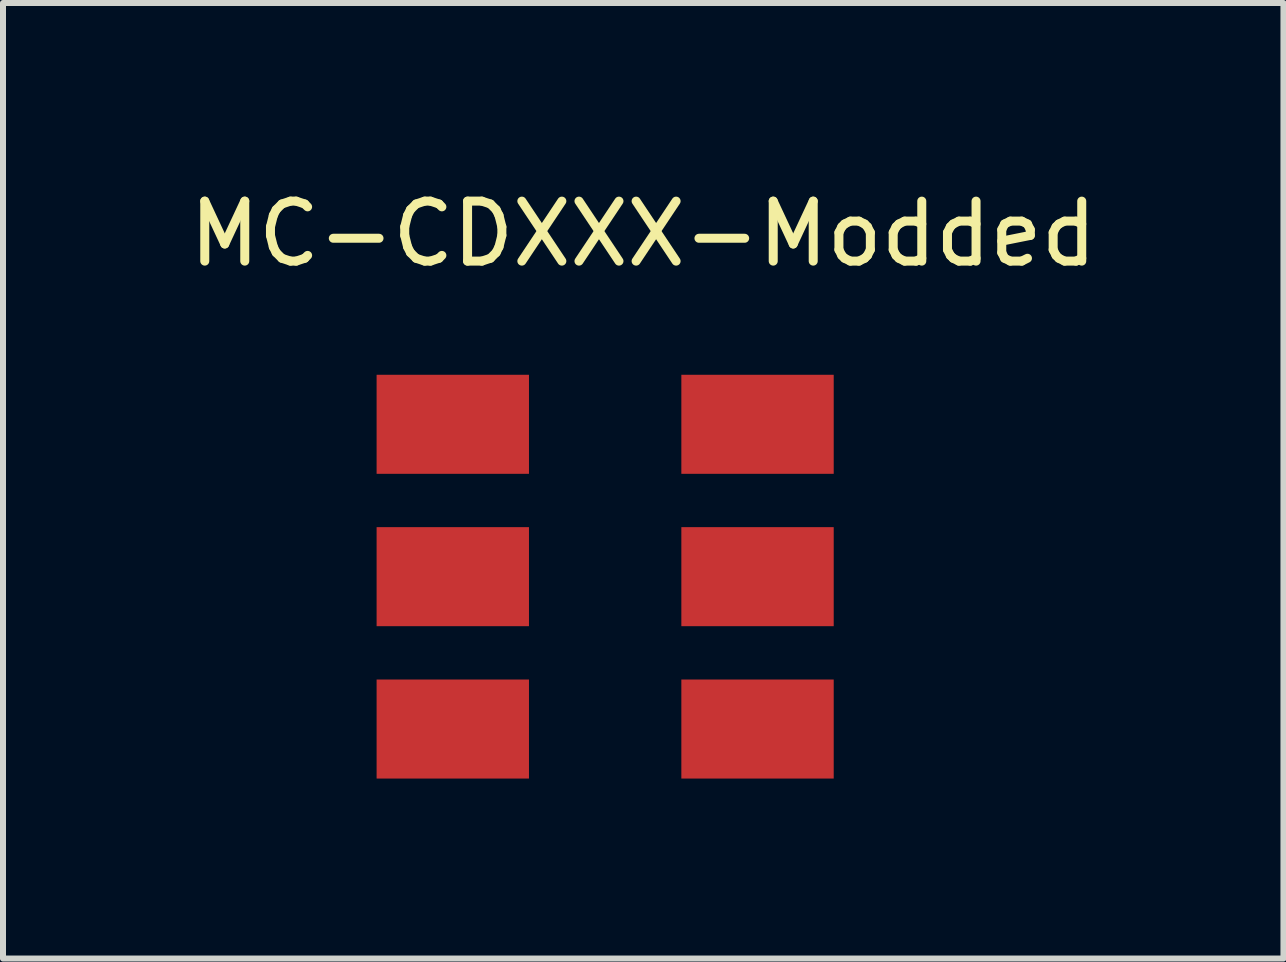
<source format=kicad_pcb>
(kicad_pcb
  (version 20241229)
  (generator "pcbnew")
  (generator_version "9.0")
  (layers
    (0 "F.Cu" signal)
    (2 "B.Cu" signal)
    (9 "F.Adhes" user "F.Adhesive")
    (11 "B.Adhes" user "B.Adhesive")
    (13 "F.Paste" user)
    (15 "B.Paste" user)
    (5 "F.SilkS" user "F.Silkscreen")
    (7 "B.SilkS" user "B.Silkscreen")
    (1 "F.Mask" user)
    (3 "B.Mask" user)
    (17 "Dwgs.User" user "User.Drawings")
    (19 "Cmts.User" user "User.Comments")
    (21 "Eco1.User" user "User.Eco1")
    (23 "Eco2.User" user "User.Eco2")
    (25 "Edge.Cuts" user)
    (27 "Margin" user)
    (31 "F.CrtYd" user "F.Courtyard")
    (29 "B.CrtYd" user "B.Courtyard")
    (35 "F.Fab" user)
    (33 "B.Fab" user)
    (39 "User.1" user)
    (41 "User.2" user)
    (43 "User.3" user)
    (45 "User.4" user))
  (footprint "MC-CDXXX-Modded"
    (layer "F.Cu")
    (at 7.038 6.563)
    (property "Reference" "MC-CDXXX-Modded" (at 0.635 -5.715 180) (layer "F.SilkS") (effects (font (size 1 1) (thickness 0.15))))
    (attr smd)
    (pad "1" smd rect (at -2.54 -2.54) (size 2.54 1.651) (layers "F.Cu" "F.Mask" "F.Paste"))
    (pad "2" smd rect (at -2.54 0) (size 2.54 1.651) (layers "F.Cu" "F.Mask" "F.Paste"))
    (pad "3" smd rect (at -2.54 2.54) (size 2.54 1.651) (layers "F.Cu" "F.Mask" "F.Paste"))
    (pad "4" smd rect (at 2.54 2.54) (size 2.54 1.651) (layers "F.Cu" "F.Mask" "F.Paste"))
    (pad "5" smd rect (at 2.54 0) (size 2.54 1.651) (layers "F.Cu" "F.Mask" "F.Paste"))
    (pad "6" smd rect (at 2.54 -2.54) (size 2.54 1.651) (layers "F.Cu" "F.Mask" "F.Paste")))
  (gr_rect
    (start -3 -3)
    (end 18.345 12.929)
    (stroke (width 0.1) (type default))
    (fill no)
    (layer "Edge.Cuts")))
</source>
